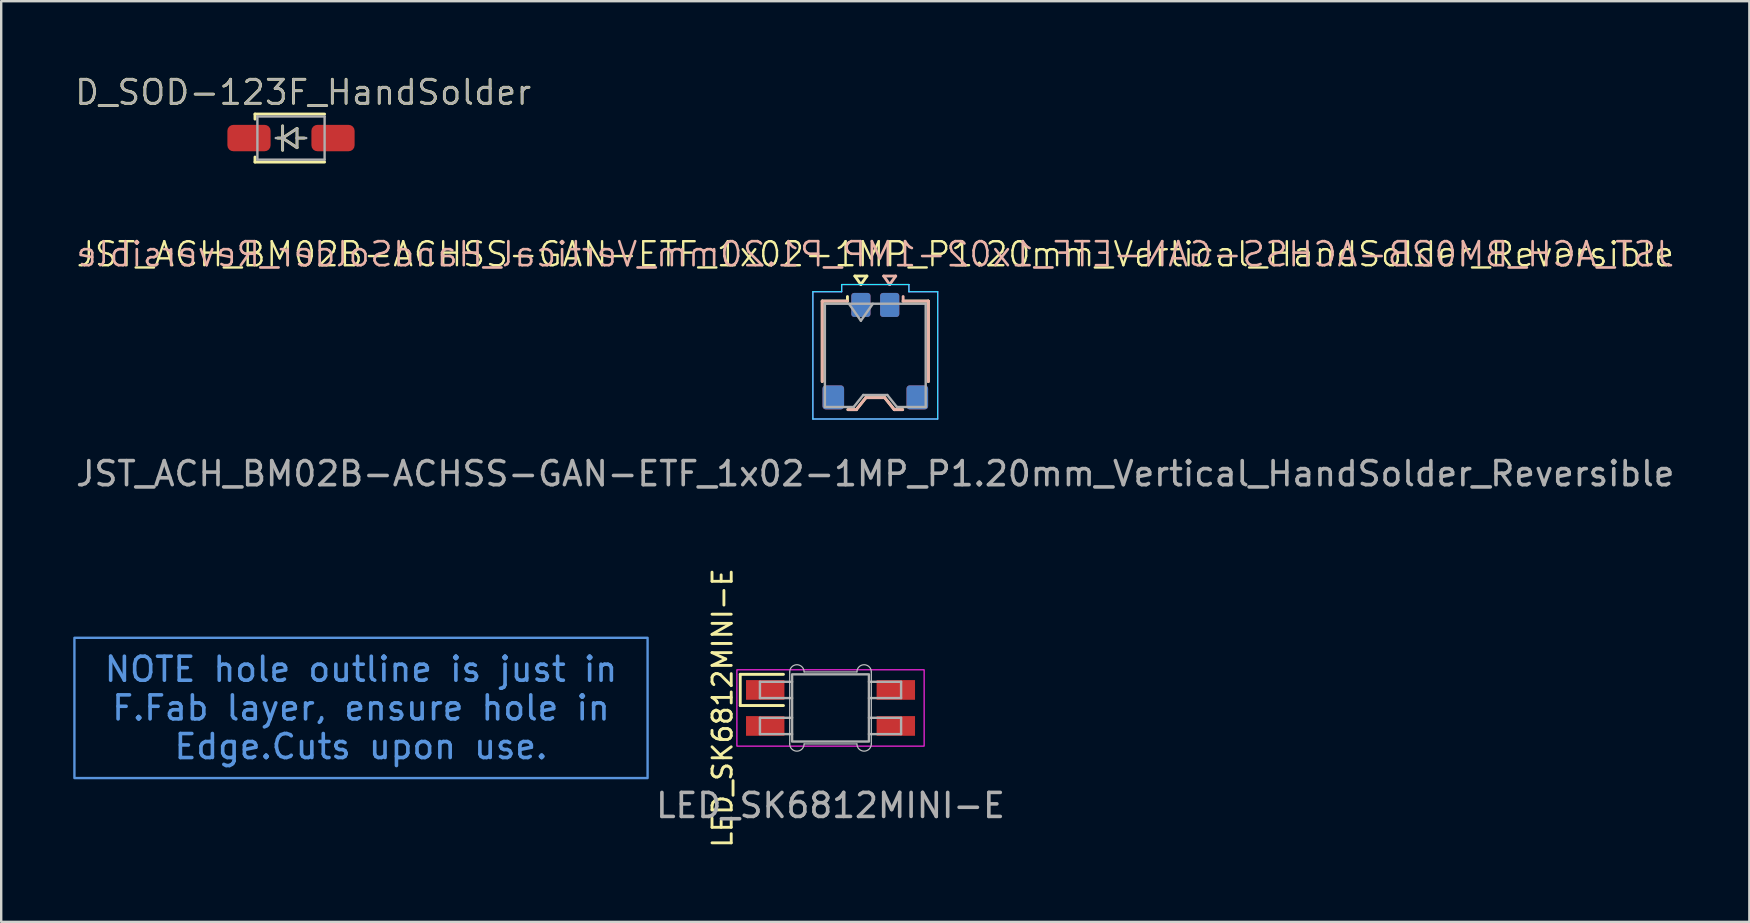
<source format=kicad_pcb>
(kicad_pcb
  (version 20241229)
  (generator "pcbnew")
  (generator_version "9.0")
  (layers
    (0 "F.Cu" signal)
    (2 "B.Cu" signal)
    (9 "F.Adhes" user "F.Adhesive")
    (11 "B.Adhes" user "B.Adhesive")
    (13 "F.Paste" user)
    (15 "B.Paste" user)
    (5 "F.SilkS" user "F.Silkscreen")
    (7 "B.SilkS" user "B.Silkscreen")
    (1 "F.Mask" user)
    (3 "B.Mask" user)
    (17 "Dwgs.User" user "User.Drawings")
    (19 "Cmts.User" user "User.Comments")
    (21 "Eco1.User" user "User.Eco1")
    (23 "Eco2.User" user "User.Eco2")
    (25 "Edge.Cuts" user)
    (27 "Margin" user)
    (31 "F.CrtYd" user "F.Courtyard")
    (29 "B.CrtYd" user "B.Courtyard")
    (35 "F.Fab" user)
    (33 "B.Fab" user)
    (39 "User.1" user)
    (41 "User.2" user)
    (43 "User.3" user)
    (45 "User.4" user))
  (footprint "JST_ACH_BM02B-ACHSS-GAN-ETF_1x02-1MP_P1.20mm_Vertical_HandSolder_Reversible"
    (layer "F.Cu")
    (at 33.411 11.603)
    (property "Reference" "JST_ACH_BM02B-ACHSS-GAN-ETF_1x02-1MP_P1.20mm_Vertical_HandSolder_Reversible" (at 0 -4.064 0) (layer "F.SilkS") (effects (font (size 1 1) (thickness 0.1))))
    (attr smd)
    (fp_line (start -2.21 -2.11) (end -1.16 -2.11) (stroke (width 0.12) (type solid)) (layer "F.SilkS"))
    (fp_line (start -2.21 1.24) (end -2.21 -2.11) (stroke (width 0.12) (type solid)) (layer "F.SilkS"))
    (fp_line (start -1.16 -2.11) (end -1.16 -2.3) (stroke (width 0.12) (type solid)) (layer "F.SilkS"))
    (fp_line (start -1.14 2.41) (end -0.79 2.41) (stroke (width 0.12) (type solid)) (layer "F.SilkS"))
    (fp_line (start -0.85 -3.154) (end -0.6 -2.8) (stroke (width 0.12) (type solid)) (layer "F.SilkS"))
    (fp_line (start -0.79 2.41) (end -0.39 1.91) (stroke (width 0.12) (type solid)) (layer "F.SilkS"))
    (fp_line (start -0.6 -2.8) (end -0.35 -3.154) (stroke (width 0.12) (type solid)) (layer "F.SilkS"))
    (fp_line (start -0.39 1.91) (end 0.39 1.91) (stroke (width 0.12) (type solid)) (layer "F.SilkS"))
    (fp_line (start -0.35 -3.154) (end -0.85 -3.154) (stroke (width 0.12) (type solid)) (layer "F.SilkS"))
    (fp_line (start 0.39 1.91) (end 0.79 2.41) (stroke (width 0.12) (type solid)) (layer "F.SilkS"))
    (fp_line (start 0.79 2.41) (end 1.14 2.41) (stroke (width 0.12) (type solid)) (layer "F.SilkS"))
    (fp_line (start 2.21 -2.11) (end 1.16 -2.11) (stroke (width 0.12) (type solid)) (layer "F.SilkS"))
    (fp_line (start 2.21 1.24) (end 2.21 -2.11) (stroke (width 0.12) (type solid)) (layer "F.SilkS"))
    (fp_line (start -2.21 -2.11) (end -1.16 -2.11) (stroke (width 0.12) (type solid)) (layer "B.SilkS"))
    (fp_line (start -2.21 1.24) (end -2.21 -2.11) (stroke (width 0.12) (type solid)) (layer "B.SilkS"))
    (fp_line (start -0.79 2.41) (end -1.14 2.41) (stroke (width 0.12) (type solid)) (layer "B.SilkS"))
    (fp_line (start -0.39 1.91) (end -0.79 2.41) (stroke (width 0.12) (type solid)) (layer "B.SilkS"))
    (fp_line (start 0.35 -3.154) (end 0.85 -3.154) (stroke (width 0.12) (type solid)) (layer "B.SilkS"))
    (fp_line (start 0.39 1.91) (end -0.39 1.91) (stroke (width 0.12) (type solid)) (layer "B.SilkS"))
    (fp_line (start 0.6 -2.8) (end 0.35 -3.154) (stroke (width 0.12) (type solid)) (layer "B.SilkS"))
    (fp_line (start 0.79 2.41) (end 0.39 1.91) (stroke (width 0.12) (type solid)) (layer "B.SilkS"))
    (fp_line (start 0.85 -3.154) (end 0.6 -2.8) (stroke (width 0.12) (type solid)) (layer "B.SilkS"))
    (fp_line (start 1.14 2.41) (end 0.79 2.41) (stroke (width 0.12) (type solid)) (layer "B.SilkS"))
    (fp_line (start 1.16 -2.11) (end 1.16 -2.3) (stroke (width 0.12) (type solid)) (layer "B.SilkS"))
    (fp_line (start 2.21 -2.11) (end 1.16 -2.11) (stroke (width 0.12) (type solid)) (layer "B.SilkS"))
    (fp_line (start 2.21 1.24) (end 2.21 -2.11) (stroke (width 0.12) (type solid)) (layer "B.SilkS"))
    (fp_line (start -2.6 -2.5) (end -2.6 2.8) (stroke (width 0.05) (type solid)) (layer "B.CrtYd"))
    (fp_line (start -2.6 2.8) (end 2.6 2.8) (stroke (width 0.05) (type solid)) (layer "B.CrtYd"))
    (fp_line (start -1.4 -2.8) (end -1.4 -2.5) (stroke (width 0.05) (type solid)) (layer "B.CrtYd"))
    (fp_line (start -1.4 -2.5) (end -2.6 -2.5) (stroke (width 0.05) (type solid)) (layer "B.CrtYd"))
    (fp_line (start 1.4 -2.8) (end -1.4 -2.8) (stroke (width 0.05) (type solid)) (layer "B.CrtYd"))
    (fp_line (start 1.4 -2.5) (end 1.4 -2.8) (stroke (width 0.05) (type solid)) (layer "B.CrtYd"))
    (fp_line (start 2.6 -2.5) (end 1.4 -2.5) (stroke (width 0.05) (type solid)) (layer "B.CrtYd"))
    (fp_line (start 2.6 2.8) (end 2.6 -2.5) (stroke (width 0.05) (type solid)) (layer "B.CrtYd"))
    (fp_line (start -2.6 -2.5) (end -1.4 -2.5) (stroke (width 0.05) (type solid)) (layer "F.CrtYd"))
    (fp_line (start -2.6 2.8) (end -2.6 -2.5) (stroke (width 0.05) (type solid)) (layer "F.CrtYd"))
    (fp_line (start -1.4 -2.8) (end 1.4 -2.8) (stroke (width 0.05) (type solid)) (layer "F.CrtYd"))
    (fp_line (start -1.4 -2.5) (end -1.4 -2.8) (stroke (width 0.05) (type solid)) (layer "F.CrtYd"))
    (fp_line (start 1.4 -2.8) (end 1.4 -2.5) (stroke (width 0.05) (type solid)) (layer "F.CrtYd"))
    (fp_line (start 1.4 -2.5) (end 2.6 -2.5) (stroke (width 0.05) (type solid)) (layer "F.CrtYd"))
    (fp_line (start 2.6 -2.5) (end 2.6 2.8) (stroke (width 0.05) (type solid)) (layer "F.CrtYd"))
    (fp_line (start 2.6 2.8) (end -2.6 2.8) (stroke (width 0.05) (type solid)) (layer "F.CrtYd"))
    (fp_line (start -2.1 -2) (end -2.1 2.3) (stroke (width 0.1) (type solid)) (layer "F.Fab"))
    (fp_line (start -2.1 -2) (end 2.1 -2) (stroke (width 0.1) (type solid)) (layer "F.Fab"))
    (fp_line (start -2.1 2.3) (end -0.9 2.3) (stroke (width 0.1) (type solid)) (layer "F.Fab"))
    (fp_line (start -1.1 -2) (end -0.6 -1.293) (stroke (width 0.1) (type solid)) (layer "F.Fab"))
    (fp_line (start -0.9 2.3) (end -0.5 1.8) (stroke (width 0.1) (type solid)) (layer "F.Fab"))
    (fp_line (start -0.6 -1.293) (end -0.1 -2) (stroke (width 0.1) (type solid)) (layer "F.Fab"))
    (fp_line (start -0.5 1.8) (end 0.5 1.8) (stroke (width 0.1) (type solid)) (layer "F.Fab"))
    (fp_line (start 0.5 1.8) (end 0.9 2.3) (stroke (width 0.1) (type solid)) (layer "F.Fab"))
    (fp_line (start 0.9 2.3) (end 2.1 2.3) (stroke (width 0.1) (type solid)) (layer "F.Fab"))
    (fp_line (start 2.1 -2) (end 2.1 2.3) (stroke (width 0.1) (type solid)) (layer "F.Fab"))
    (fp_text user "${REFERENCE}" (at 0 -4.064 0) (layer "B.SilkS") (effects (font (size 1 1) (thickness 0.11)) (justify mirror)))
    (fp_text user "${REFERENCE}" (at 0 5.08 0) (layer "F.Fab") (effects (font (size 1 1) (thickness 0.15))))
    (pad "1" smd roundrect (at -0.6 -1.95) (size 0.8 1) (layers "F.Cu" "F.Mask" "F.Paste") (roundrect_rratio 0.15))
    (pad "1" smd roundrect (at 0.6 -1.95) (size 0.8 1) (layers "B.Cu" "B.Mask" "B.Paste") (roundrect_rratio 0.15))
    (pad "2" smd roundrect (at -0.6 -1.95) (size 0.8 1) (layers "B.Cu" "B.Mask" "B.Paste") (roundrect_rratio 0.15))
    (pad "2" smd roundrect (at 0.6 -1.95) (size 0.8 1) (layers "F.Cu" "F.Mask" "F.Paste") (roundrect_rratio 0.15))
    (pad "MP" smd roundrect (at -1.75 1.9) (size 0.9 1) (layers "F.Cu" "F.Mask" "F.Paste") (roundrect_rratio 0.15))
    (pad "MP" smd roundrect (at -1.75 1.9) (size 0.9 1) (layers "B.Cu" "B.Mask" "B.Paste") (roundrect_rratio 0.15))
    (pad "MP" smd roundrect (at 1.75 1.9) (size 0.9 1) (layers "F.Cu" "F.Mask" "F.Paste") (roundrect_rratio 0.15))
    (pad "MP" smd roundrect (at 1.75 1.9) (size 0.9 1) (layers "B.Cu" "B.Mask" "B.Paste") (roundrect_rratio 0.15)))
  (footprint "D_SOD-123F_HandSolder"
    (layer "F.Cu")
    (at 9.072 2.701)
    (property "Reference" "D_SOD-123F_HandSolder" (at 0.508 -1.905 0) (layer "F.SilkS") (effects (font (size 1 1) (thickness 0.12))))
    (attr smd allow_missing_courtyard)
    (fp_line (start -1.5 -1) (end -1.5 -0.79) (stroke (width 0.12) (type solid)) (layer "F.SilkS"))
    (fp_line (start -1.5 -1) (end 1.4 -1) (stroke (width 0.12) (type solid)) (layer "F.SilkS"))
    (fp_line (start -1.5 0.79) (end -1.5 1) (stroke (width 0.12) (type solid)) (layer "F.SilkS"))
    (fp_line (start -1.5 1) (end 1.4 1) (stroke (width 0.12) (type solid)) (layer "F.SilkS"))
    (fp_line (start -0.555 0) (end -0.35 0) (stroke (width 0.12) (type solid)) (layer "F.SilkS"))
    (fp_line (start -0.35 0) (end -0.35 -0.508) (stroke (width 0.12) (type solid)) (layer "F.SilkS"))
    (fp_line (start -0.35 0) (end -0.35 0.508) (stroke (width 0.12) (type solid)) (layer "F.SilkS"))
    (fp_line (start -0.35 0) (end 0.25 -0.4) (stroke (width 0.12) (type solid)) (layer "F.SilkS"))
    (fp_line (start 0.25 -0.4) (end 0.25 0.4) (stroke (width 0.12) (type solid)) (layer "F.SilkS"))
    (fp_line (start 0.25 0) (end 0.555 0) (stroke (width 0.12) (type solid)) (layer "F.SilkS"))
    (fp_line (start 0.25 0.4) (end -0.35 0) (stroke (width 0.12) (type solid)) (layer "F.SilkS"))
    (fp_line (start -1.4 -0.9) (end 1.4 -0.9) (stroke (width 0.1) (type solid)) (layer "F.Fab"))
    (fp_line (start -1.4 0.9) (end -1.4 -0.9) (stroke (width 0.1) (type solid)) (layer "F.Fab"))
    (fp_line (start -0.635 0) (end -0.35 0) (stroke (width 0.1) (type solid)) (layer "F.Fab"))
    (fp_line (start -0.35 0) (end -0.35 -0.508) (stroke (width 0.1) (type solid)) (layer "F.Fab"))
    (fp_line (start -0.35 0) (end -0.35 0.508) (stroke (width 0.1) (type solid)) (layer "F.Fab"))
    (fp_line (start -0.35 0) (end 0.25 -0.4) (stroke (width 0.1) (type solid)) (layer "F.Fab"))
    (fp_line (start 0.25 -0.4) (end 0.25 0.4) (stroke (width 0.1) (type solid)) (layer "F.Fab"))
    (fp_line (start 0.25 0) (end 0.635 0) (stroke (width 0.1) (type solid)) (layer "F.Fab"))
    (fp_line (start 0.25 0.4) (end -0.35 0) (stroke (width 0.1) (type solid)) (layer "F.Fab"))
    (fp_line (start 1.4 -0.9) (end 1.4 0.9) (stroke (width 0.1) (type solid)) (layer "F.Fab"))
    (fp_line (start 1.4 0.9) (end -1.4 0.9) (stroke (width 0.1) (type solid)) (layer "F.Fab"))
    (fp_text user "${REFERENCE}" (at 0.508 -1.905 0) (layer "F.Fab") (effects (font (size 1 1) (thickness 0.1))))
    (pad "1" smd roundrect (at -1.75 0) (size 1.8 1.1) (layers "F.Cu" "F.Mask" "F.Paste") (roundrect_rratio 0.227))
    (pad "2" smd roundrect (at 1.75 0) (size 1.8 1.1) (layers "F.Cu" "F.Mask" "F.Paste") (roundrect_rratio 0.227)))
  (footprint "LED_SK6812MINI-E"
    (layer "F.Cu")
    (at 31.546 26.44)
    (property "Reference" "LED_SK6812MINI-E" (at -4.5 0 90) (layer "F.SilkS") (effects (font (size 0.8 0.8) (thickness 0.12))))
    (attr smd)
    (fp_line (start -3.76 -1.4) (end -1.96 -1.4) (stroke (width 0.12) (type solid)) (layer "F.SilkS"))
    (fp_line (start -3.76 -0.1) (end -3.76 -1.4) (stroke (width 0.12) (type default)) (layer "F.SilkS"))
    (fp_line (start -3.76 -0.1) (end -1.96 -0.1) (stroke (width 0.12) (type solid)) (layer "F.SilkS"))
    (fp_line (start -1.7 1.5) (end -1.7 -1.5) (stroke (width 0.05) (type solid)) (layer "Dwgs.User"))
    (fp_line (start -1.1 -1.5) (end 1.1 -1.5) (stroke (width 0.05) (type solid)) (layer "Dwgs.User"))
    (fp_line (start 1.1 1.5) (end -1.1 1.5) (stroke (width 0.05) (type solid)) (layer "Dwgs.User"))
    (fp_line (start 1.7 -1.5) (end 1.7 1.5) (stroke (width 0.05) (type solid)) (layer "Dwgs.User"))
    (fp_arc (start -1.7 -1.5) (mid -1.4 -1.8) (end -1.1 -1.5) (stroke (width 0.05) (type solid)) (layer "Dwgs.User"))
    (fp_arc (start -1.1 1.5) (mid -1.4 1.8) (end -1.7 1.5) (stroke (width 0.05) (type solid)) (layer "Dwgs.User"))
    (fp_arc (start 1.1 -1.5) (mid 1.4 -1.8) (end 1.7 -1.5) (stroke (width 0.05) (type solid)) (layer "Dwgs.User"))
    (fp_arc (start 1.7 1.5) (mid 1.4 1.8) (end 1.1 1.5) (stroke (width 0.05) (type solid)) (layer "Dwgs.User"))
    (fp_rect (start -3.9 -1.59) (end 3.9 1.59) (stroke (width 0.05) (type solid)) (fill no) (layer "F.CrtYd"))
    (fp_line (start -2.94 -0.41) (end -2.94 -1.09) (stroke (width 0.1) (type solid)) (layer "F.Fab"))
    (fp_line (start -2.94 1.09) (end -2.94 0.41) (stroke (width 0.1) (type solid)) (layer "F.Fab"))
    (fp_line (start -1.6 -1.09) (end -2.94 -1.09) (stroke (width 0.1) (type solid)) (layer "F.Fab"))
    (fp_line (start -1.6 -0.41) (end -2.94 -0.41) (stroke (width 0.1) (type solid)) (layer "F.Fab"))
    (fp_line (start -1.6 0.41) (end -2.94 0.41) (stroke (width 0.1) (type solid)) (layer "F.Fab"))
    (fp_line (start -1.6 1.09) (end -2.94 1.09) (stroke (width 0.1) (type solid)) (layer "F.Fab"))
    (fp_line (start 1.6 -1.09) (end 2.94 -1.09) (stroke (width 0.1) (type solid)) (layer "F.Fab"))
    (fp_line (start 1.6 -0.41) (end 2.94 -0.41) (stroke (width 0.1) (type solid)) (layer "F.Fab"))
    (fp_line (start 1.6 0.41) (end 2.94 0.41) (stroke (width 0.1) (type solid)) (layer "F.Fab"))
    (fp_line (start 1.6 1.09) (end 2.94 1.09) (stroke (width 0.1) (type solid)) (layer "F.Fab"))
    (fp_line (start 2.94 -1.09) (end 2.94 -0.41) (stroke (width 0.1) (type solid)) (layer "F.Fab"))
    (fp_line (start 2.94 0.41) (end 2.94 1.09) (stroke (width 0.1) (type solid)) (layer "F.Fab"))
    (fp_rect (start -1.6 -1.4) (end 1.6 1.4) (stroke (width 0.1) (type solid)) (fill no) (layer "F.Fab"))
    (fp_text user "${REFERENCE}" (at 0 4.064 0) (unlocked yes) (layer "F.Fab") (effects (font (size 1 1) (thickness 0.15))))
    (fp_text_box "NOTE hole outline is just in F.Fab layer, ensure hole in Edge.Cuts upon use." (start -31.496 -2.921) (end -7.62 2.921) (margins 1.002 1.002 1.002 1.002) (layer "Cmts.User") (effects (font (size 1 1) (thickness 0.15))) (border yes) (stroke (width 0.1) (type solid)))
    (pad "1" smd rect (at -2.72 -0.75) (size 1.6 0.82) (layers "F.Cu" "F.Mask" "F.Paste"))
    (pad "2" smd rect (at -2.72 0.75) (size 1.6 0.82) (layers "F.Cu" "F.Mask" "F.Paste"))
    (pad "3" smd rect (at 2.72 0.75) (size 1.6 0.82) (layers "F.Cu" "F.Mask" "F.Paste"))
    (pad "4" smd rect (at 2.72 -0.75) (size 1.6 0.82) (layers "F.Cu" "F.Mask" "F.Paste")))
  (gr_rect
    (start -3 -3)
    (end 69.821 35.35)
    (stroke (width 0.1) (type default))
    (fill no)
    (layer "Edge.Cuts")))
</source>
